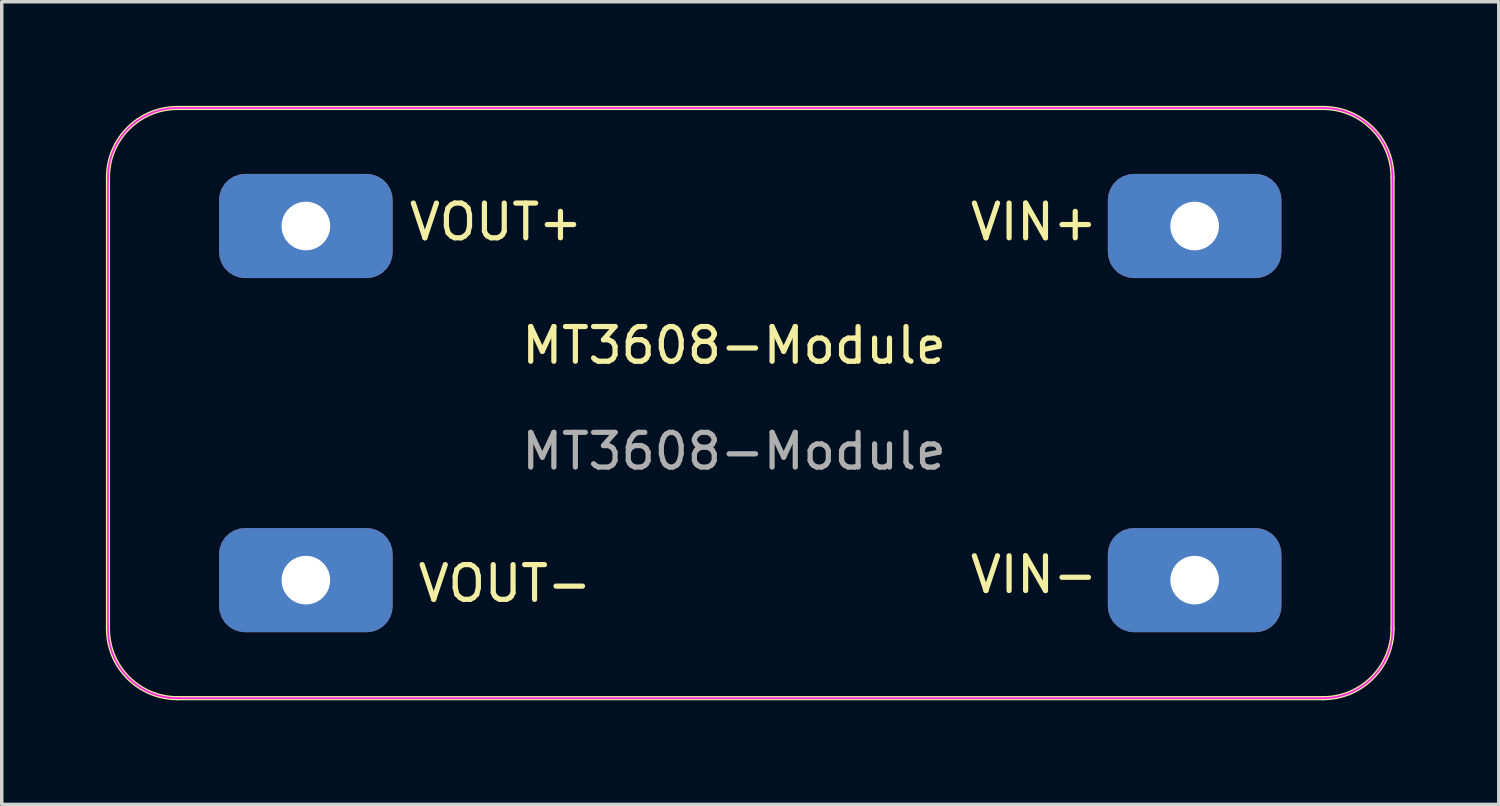
<source format=kicad_pcb>
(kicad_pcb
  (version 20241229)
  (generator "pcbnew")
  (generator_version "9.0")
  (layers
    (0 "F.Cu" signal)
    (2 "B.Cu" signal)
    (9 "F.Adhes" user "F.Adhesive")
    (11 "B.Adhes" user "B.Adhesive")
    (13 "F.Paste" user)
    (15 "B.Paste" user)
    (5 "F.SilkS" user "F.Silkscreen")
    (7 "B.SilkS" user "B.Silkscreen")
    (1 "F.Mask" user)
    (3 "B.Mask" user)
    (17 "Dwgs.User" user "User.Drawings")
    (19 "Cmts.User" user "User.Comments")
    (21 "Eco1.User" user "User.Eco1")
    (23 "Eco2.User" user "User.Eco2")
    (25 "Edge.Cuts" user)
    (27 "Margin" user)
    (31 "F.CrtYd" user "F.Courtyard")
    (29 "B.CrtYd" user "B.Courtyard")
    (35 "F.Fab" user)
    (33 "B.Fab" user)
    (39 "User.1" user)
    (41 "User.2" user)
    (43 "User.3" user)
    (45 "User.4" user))
  (footprint "MT3608-Module"
    (layer "F.Cu")
    (at 18.094 8.948)
    (property "Reference" "MT3608-Module" (at 0 -2.048 0) (unlocked yes) (layer "F.SilkS") (effects (font (size 1 1) (thickness 0.15))))
    (attr smd)
    (fp_line (start -18.034 -6.888) (end -18.034 6.112) (stroke (width 0.12) (type solid)) (layer "F.SilkS"))
    (fp_line (start -16.034 8.112) (end 16.966 8.112) (stroke (width 0.12) (type solid)) (layer "F.SilkS"))
    (fp_line (start 16.966 -8.888) (end -16.034 -8.888) (stroke (width 0.12) (type solid)) (layer "F.SilkS"))
    (fp_line (start 18.966 6.112) (end 18.966 -6.888) (stroke (width 0.12) (type solid)) (layer "F.SilkS"))
    (fp_arc (start -18.034 -6.888) (mid -17.448214 -8.302214) (end -16.034 -8.888) (stroke (width 0.12) (type solid)) (layer "F.SilkS"))
    (fp_arc (start -16.034 8.112) (mid -17.448214 7.526214) (end -18.034 6.112) (stroke (width 0.12) (type solid)) (layer "F.SilkS"))
    (fp_arc (start 16.966 -8.888) (mid 18.380214 -8.302214) (end 18.966 -6.888) (stroke (width 0.12) (type solid)) (layer "F.SilkS"))
    (fp_arc (start 18.966 6.112) (mid 18.380214 7.526214) (end 16.966 8.112) (stroke (width 0.12) (type solid)) (layer "F.SilkS"))
    (fp_line (start -18.034 6.112) (end -18.034 -6.888) (stroke (width 0.05) (type solid)) (layer "F.CrtYd"))
    (fp_line (start -16.034 -8.888) (end 16.966 -8.888) (stroke (width 0.05) (type solid)) (layer "F.CrtYd"))
    (fp_line (start 16.966 8.112) (end -16.034 8.112) (stroke (width 0.05) (type solid)) (layer "F.CrtYd"))
    (fp_line (start 18.966 -6.888) (end 18.966 6.112) (stroke (width 0.05) (type solid)) (layer "F.CrtYd"))
    (fp_arc (start -18.034 -6.888) (mid -17.448214 -8.302214) (end -16.034 -8.888) (stroke (width 0.05) (type solid)) (layer "F.CrtYd"))
    (fp_arc (start -16.034 8.112) (mid -17.448214 7.526214) (end -18.034 6.112) (stroke (width 0.05) (type solid)) (layer "F.CrtYd"))
    (fp_arc (start 16.966 -8.888) (mid 18.380214 -8.302214) (end 18.966 -6.888) (stroke (width 0.05) (type solid)) (layer "F.CrtYd"))
    (fp_arc (start 18.966 6.112) (mid 18.380214 7.526214) (end 16.966 8.112) (stroke (width 0.05) (type solid)) (layer "F.CrtYd"))
    (fp_text user "VOUT+" (at -6.858 -5.604 0) (unlocked yes) (layer "F.SilkS") (effects (font (size 1 1) (thickness 0.15))))
    (fp_text user "VIN+" (at 8.636 -5.604 0) (unlocked yes) (layer "F.SilkS") (effects (font (size 1 1) (thickness 0.15))))
    (fp_text user "VIN-" (at 8.636 4.556 0) (unlocked yes) (layer "F.SilkS") (effects (font (size 1 1) (thickness 0.15))))
    (fp_text user "VOUT-" (at -6.604 4.81 0) (unlocked yes) (layer "F.SilkS") (effects (font (size 1 1) (thickness 0.15))))
    (fp_text user "${REFERENCE}" (at 0 1 0) (unlocked yes) (layer "F.Fab") (effects (font (size 1 1) (thickness 0.15))))
    (pad "1" thru_hole roundrect (at 13.266 -5.488) (size 5 3) (drill 1.4) (layers "*.Cu" "*.Mask") (roundrect_rratio 0.25))
    (pad "2" thru_hole roundrect (at 13.266 4.712) (size 5 3) (drill 1.4) (layers "*.Cu" "*.Mask") (roundrect_rratio 0.25))
    (pad "3" thru_hole roundrect (at -12.334 -5.488) (size 5 3) (drill 1.4) (layers "*.Cu" "*.Mask") (roundrect_rratio 0.25))
    (pad "4" thru_hole roundrect (at -12.334 4.712) (size 5 3) (drill 1.4) (layers "*.Cu" "*.Mask") (roundrect_rratio 0.25)))
  (gr_rect
    (start -3 -3)
    (end 40.12 20.12)
    (stroke (width 0.1) (type default))
    (fill no)
    (layer "Edge.Cuts")))
</source>
